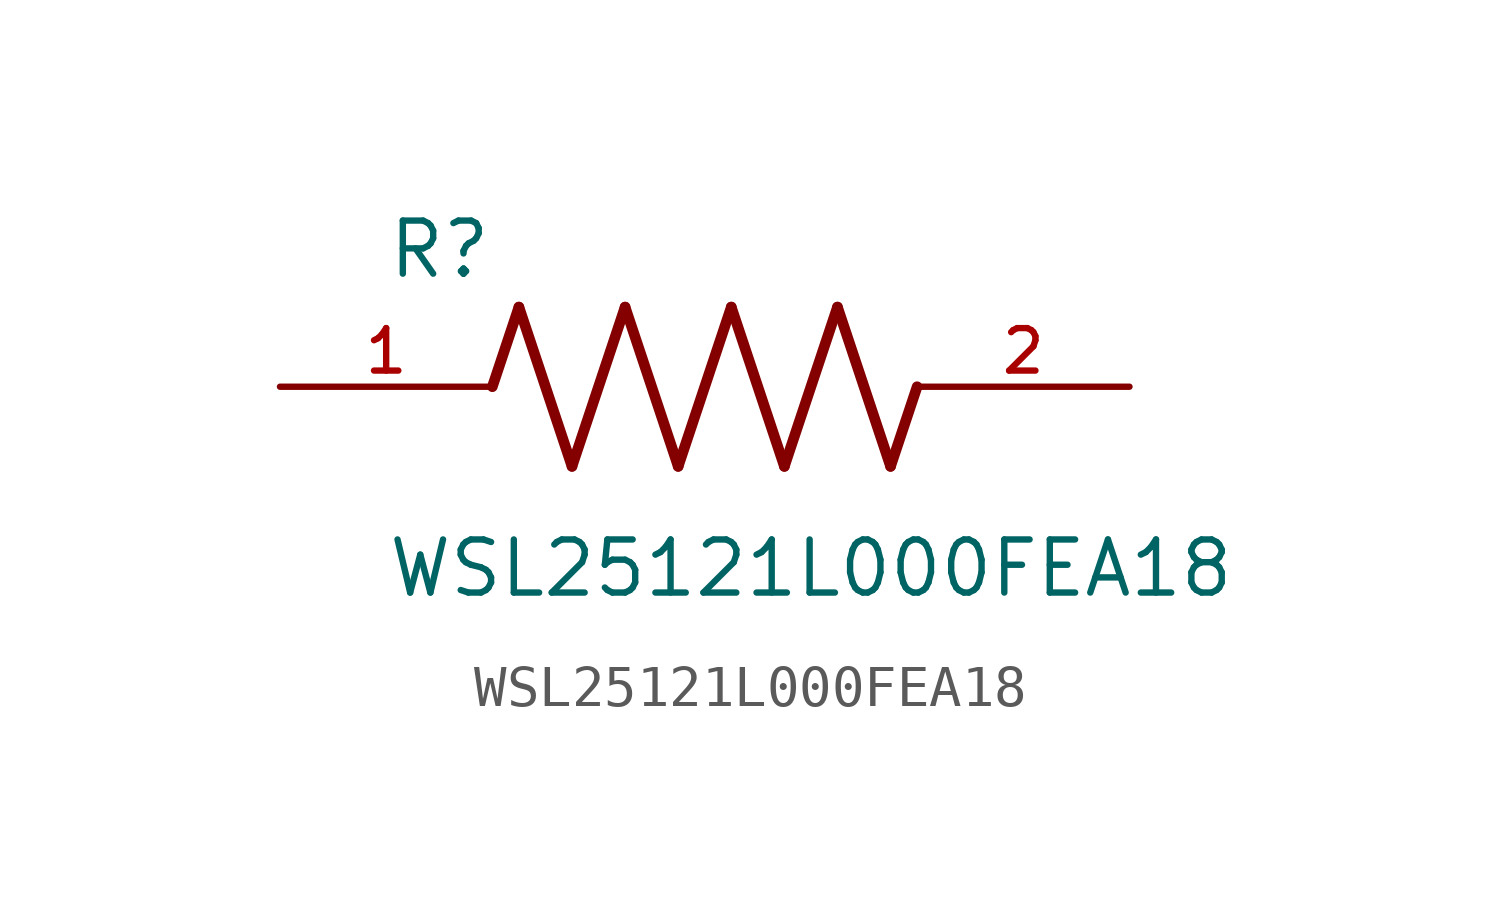
<source format=kicad_sym>
(kicad_symbol_lib
  (version 20211014)
  (generator kicad_symbol_editor)
  (symbol "WSL25121L000FEA18"
    (pin_names
      (offset 1.016))
    (property "Reference" "R"
      (at -7.624 2.541 0)
      (effects (font (size 1.27 1.27)) (justify bottom left)))
    (property "Value" "WSL25121L000FEA18"
      (at -7.63 -5.087 0)
      (effects (font (size 1.27 1.27)) (justify bottom left)))
    (symbol "WSL25121L000FEA18_0_0"
      (polyline (pts (xy -5.08 0.0) (xy -4.445 1.905)) (stroke (width 0.254)))
      (polyline (pts (xy -4.445 1.905) (xy -3.175 -1.905)) (stroke (width 0.254)))
      (polyline (pts (xy -3.175 -1.905) (xy -1.905 1.905)) (stroke (width 0.254)))
      (polyline (pts (xy -1.905 1.905) (xy -0.635 -1.905)) (stroke (width 0.254)))
      (polyline (pts (xy -0.635 -1.905) (xy 0.635 1.905)) (stroke (width 0.254)))
      (polyline (pts (xy 0.635 1.905) (xy 1.905 -1.905)) (stroke (width 0.254)))
      (polyline (pts (xy 1.905 -1.905) (xy 3.175 1.905)) (stroke (width 0.254)))
      (polyline (pts (xy 3.175 1.905) (xy 4.445 -1.905)) (stroke (width 0.254)))
      (polyline (pts (xy 4.445 -1.905) (xy 5.08 0.0)) (stroke (width 0.254)))
      (pin passive line (at -10.16 0.0 0) (length 5.08) (name "~" (effects (font (size 1.016 1.016)))) (number "1" (effects (font (size 1.016 1.016)))))
      (pin passive line (at 10.16 0.0 180.0) (length 5.08) (name "~" (effects (font (size 1.016 1.016)))) (number "2" (effects (font (size 1.016 1.016))))))))
</source>
